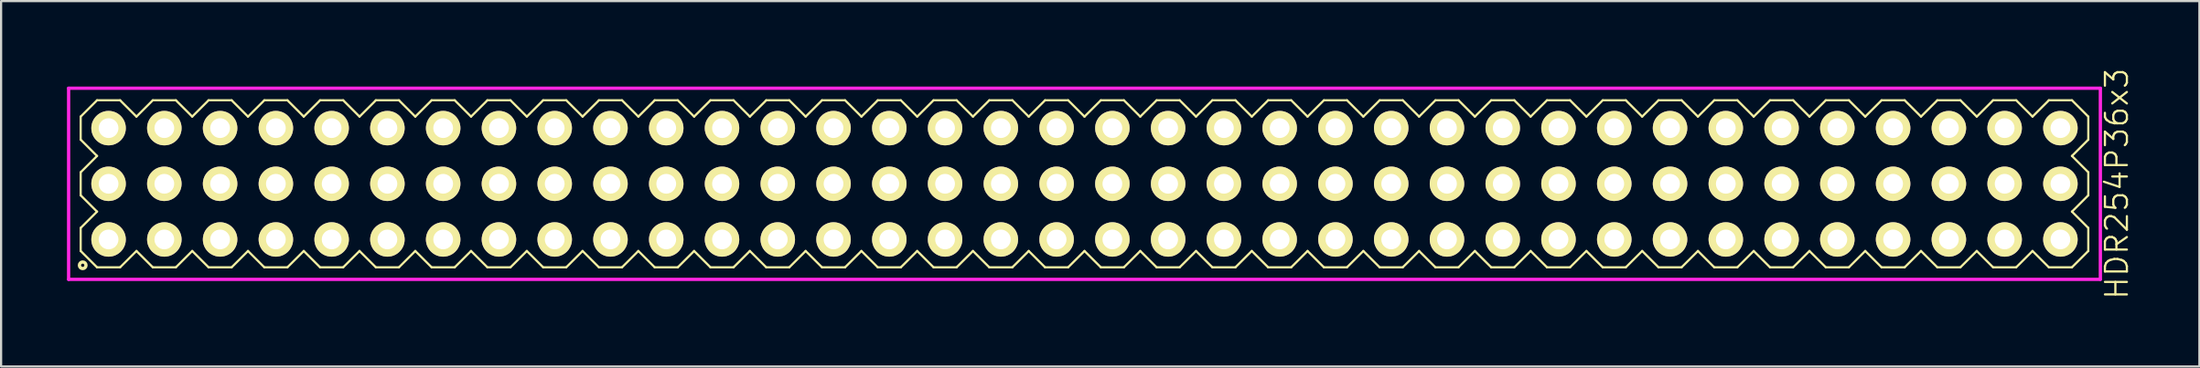
<source format=kicad_pcb>
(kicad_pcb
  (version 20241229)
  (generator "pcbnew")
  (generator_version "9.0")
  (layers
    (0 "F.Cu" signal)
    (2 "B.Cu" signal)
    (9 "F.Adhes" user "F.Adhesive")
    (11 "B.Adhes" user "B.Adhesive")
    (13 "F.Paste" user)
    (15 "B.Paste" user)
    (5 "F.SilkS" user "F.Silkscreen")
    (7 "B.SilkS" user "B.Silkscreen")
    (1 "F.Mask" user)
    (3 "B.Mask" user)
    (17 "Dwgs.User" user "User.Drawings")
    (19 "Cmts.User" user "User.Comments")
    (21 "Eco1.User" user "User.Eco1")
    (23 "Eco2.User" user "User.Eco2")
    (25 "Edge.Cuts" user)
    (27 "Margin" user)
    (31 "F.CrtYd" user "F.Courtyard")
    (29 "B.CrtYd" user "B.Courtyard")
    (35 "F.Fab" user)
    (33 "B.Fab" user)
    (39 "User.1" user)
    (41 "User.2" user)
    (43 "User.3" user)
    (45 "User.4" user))
  (footprint "HDR254P36x3"
    (layer "F.Cu")
    (at 46.345 5.336)
    (property "Reference" "HDR254P36x3" (at 47.02 0 90) (layer "F.SilkS") (effects (font (size 1 1) (thickness 0.1))))
    (attr through_hole)
    (fp_line (start -45.72 -3.066) (end -44.976 -3.81) (stroke (width 0.1) (type solid)) (layer "F.SilkS"))
    (fp_line (start -45.72 -2.014) (end -45.72 -3.066) (stroke (width 0.1) (type solid)) (layer "F.SilkS"))
    (fp_line (start -45.72 -0.526) (end -44.976 -1.27) (stroke (width 0.1) (type solid)) (layer "F.SilkS"))
    (fp_line (start -45.72 0.526) (end -45.72 -0.526) (stroke (width 0.1) (type solid)) (layer "F.SilkS"))
    (fp_line (start -45.72 2.014) (end -44.976 1.27) (stroke (width 0.1) (type solid)) (layer "F.SilkS"))
    (fp_line (start -45.72 3.066) (end -45.72 2.014) (stroke (width 0.1) (type solid)) (layer "F.SilkS"))
    (fp_line (start -44.976 -3.81) (end -43.924 -3.81) (stroke (width 0.1) (type solid)) (layer "F.SilkS"))
    (fp_line (start -44.976 -1.27) (end -45.72 -2.014) (stroke (width 0.1) (type solid)) (layer "F.SilkS"))
    (fp_line (start -44.976 1.27) (end -45.72 0.526) (stroke (width 0.1) (type solid)) (layer "F.SilkS"))
    (fp_line (start -44.976 3.81) (end -45.72 3.066) (stroke (width 0.1) (type solid)) (layer "F.SilkS"))
    (fp_line (start -43.924 -3.81) (end -43.18 -3.066) (stroke (width 0.1) (type solid)) (layer "F.SilkS"))
    (fp_line (start -43.924 3.81) (end -44.976 3.81) (stroke (width 0.1) (type solid)) (layer "F.SilkS"))
    (fp_line (start -43.18 -3.066) (end -42.436 -3.81) (stroke (width 0.1) (type solid)) (layer "F.SilkS"))
    (fp_line (start -43.18 3.066) (end -43.924 3.81) (stroke (width 0.1) (type solid)) (layer "F.SilkS"))
    (fp_line (start -42.436 -3.81) (end -41.384 -3.81) (stroke (width 0.1) (type solid)) (layer "F.SilkS"))
    (fp_line (start -42.436 3.81) (end -43.18 3.066) (stroke (width 0.1) (type solid)) (layer "F.SilkS"))
    (fp_line (start -41.384 -3.81) (end -40.64 -3.066) (stroke (width 0.1) (type solid)) (layer "F.SilkS"))
    (fp_line (start -41.384 3.81) (end -42.436 3.81) (stroke (width 0.1) (type solid)) (layer "F.SilkS"))
    (fp_line (start -40.64 -3.066) (end -39.896 -3.81) (stroke (width 0.1) (type solid)) (layer "F.SilkS"))
    (fp_line (start -40.64 3.066) (end -41.384 3.81) (stroke (width 0.1) (type solid)) (layer "F.SilkS"))
    (fp_line (start -39.896 -3.81) (end -38.844 -3.81) (stroke (width 0.1) (type solid)) (layer "F.SilkS"))
    (fp_line (start -39.896 3.81) (end -40.64 3.066) (stroke (width 0.1) (type solid)) (layer "F.SilkS"))
    (fp_line (start -38.844 -3.81) (end -38.1 -3.066) (stroke (width 0.1) (type solid)) (layer "F.SilkS"))
    (fp_line (start -38.844 3.81) (end -39.896 3.81) (stroke (width 0.1) (type solid)) (layer "F.SilkS"))
    (fp_line (start -38.1 -3.066) (end -37.356 -3.81) (stroke (width 0.1) (type solid)) (layer "F.SilkS"))
    (fp_line (start -38.1 3.066) (end -38.844 3.81) (stroke (width 0.1) (type solid)) (layer "F.SilkS"))
    (fp_line (start -37.356 -3.81) (end -36.304 -3.81) (stroke (width 0.1) (type solid)) (layer "F.SilkS"))
    (fp_line (start -37.356 3.81) (end -38.1 3.066) (stroke (width 0.1) (type solid)) (layer "F.SilkS"))
    (fp_line (start -36.304 -3.81) (end -35.56 -3.066) (stroke (width 0.1) (type solid)) (layer "F.SilkS"))
    (fp_line (start -36.304 3.81) (end -37.356 3.81) (stroke (width 0.1) (type solid)) (layer "F.SilkS"))
    (fp_line (start -35.56 -3.066) (end -34.816 -3.81) (stroke (width 0.1) (type solid)) (layer "F.SilkS"))
    (fp_line (start -35.56 3.066) (end -36.304 3.81) (stroke (width 0.1) (type solid)) (layer "F.SilkS"))
    (fp_line (start -34.816 -3.81) (end -33.764 -3.81) (stroke (width 0.1) (type solid)) (layer "F.SilkS"))
    (fp_line (start -34.816 3.81) (end -35.56 3.066) (stroke (width 0.1) (type solid)) (layer "F.SilkS"))
    (fp_line (start -33.764 -3.81) (end -33.02 -3.066) (stroke (width 0.1) (type solid)) (layer "F.SilkS"))
    (fp_line (start -33.764 3.81) (end -34.816 3.81) (stroke (width 0.1) (type solid)) (layer "F.SilkS"))
    (fp_line (start -33.02 -3.066) (end -32.276 -3.81) (stroke (width 0.1) (type solid)) (layer "F.SilkS"))
    (fp_line (start -33.02 3.066) (end -33.764 3.81) (stroke (width 0.1) (type solid)) (layer "F.SilkS"))
    (fp_line (start -32.276 -3.81) (end -31.224 -3.81) (stroke (width 0.1) (type solid)) (layer "F.SilkS"))
    (fp_line (start -32.276 3.81) (end -33.02 3.066) (stroke (width 0.1) (type solid)) (layer "F.SilkS"))
    (fp_line (start -31.224 -3.81) (end -30.48 -3.066) (stroke (width 0.1) (type solid)) (layer "F.SilkS"))
    (fp_line (start -31.224 3.81) (end -32.276 3.81) (stroke (width 0.1) (type solid)) (layer "F.SilkS"))
    (fp_line (start -30.48 -3.066) (end -29.736 -3.81) (stroke (width 0.1) (type solid)) (layer "F.SilkS"))
    (fp_line (start -30.48 3.066) (end -31.224 3.81) (stroke (width 0.1) (type solid)) (layer "F.SilkS"))
    (fp_line (start -29.736 -3.81) (end -28.684 -3.81) (stroke (width 0.1) (type solid)) (layer "F.SilkS"))
    (fp_line (start -29.736 3.81) (end -30.48 3.066) (stroke (width 0.1) (type solid)) (layer "F.SilkS"))
    (fp_line (start -28.684 -3.81) (end -27.94 -3.066) (stroke (width 0.1) (type solid)) (layer "F.SilkS"))
    (fp_line (start -28.684 3.81) (end -29.736 3.81) (stroke (width 0.1) (type solid)) (layer "F.SilkS"))
    (fp_line (start -27.94 -3.066) (end -27.196 -3.81) (stroke (width 0.1) (type solid)) (layer "F.SilkS"))
    (fp_line (start -27.94 3.066) (end -28.684 3.81) (stroke (width 0.1) (type solid)) (layer "F.SilkS"))
    (fp_line (start -27.196 -3.81) (end -26.144 -3.81) (stroke (width 0.1) (type solid)) (layer "F.SilkS"))
    (fp_line (start -27.196 3.81) (end -27.94 3.066) (stroke (width 0.1) (type solid)) (layer "F.SilkS"))
    (fp_line (start -26.144 -3.81) (end -25.4 -3.066) (stroke (width 0.1) (type solid)) (layer "F.SilkS"))
    (fp_line (start -26.144 3.81) (end -27.196 3.81) (stroke (width 0.1) (type solid)) (layer "F.SilkS"))
    (fp_line (start -25.4 -3.066) (end -24.656 -3.81) (stroke (width 0.1) (type solid)) (layer "F.SilkS"))
    (fp_line (start -25.4 3.066) (end -26.144 3.81) (stroke (width 0.1) (type solid)) (layer "F.SilkS"))
    (fp_line (start -24.656 -3.81) (end -23.604 -3.81) (stroke (width 0.1) (type solid)) (layer "F.SilkS"))
    (fp_line (start -24.656 3.81) (end -25.4 3.066) (stroke (width 0.1) (type solid)) (layer "F.SilkS"))
    (fp_line (start -23.604 -3.81) (end -22.86 -3.066) (stroke (width 0.1) (type solid)) (layer "F.SilkS"))
    (fp_line (start -23.604 3.81) (end -24.656 3.81) (stroke (width 0.1) (type solid)) (layer "F.SilkS"))
    (fp_line (start -22.86 -3.066) (end -22.116 -3.81) (stroke (width 0.1) (type solid)) (layer "F.SilkS"))
    (fp_line (start -22.86 3.066) (end -23.604 3.81) (stroke (width 0.1) (type solid)) (layer "F.SilkS"))
    (fp_line (start -22.116 -3.81) (end -21.064 -3.81) (stroke (width 0.1) (type solid)) (layer "F.SilkS"))
    (fp_line (start -22.116 3.81) (end -22.86 3.066) (stroke (width 0.1) (type solid)) (layer "F.SilkS"))
    (fp_line (start -21.064 -3.81) (end -20.32 -3.066) (stroke (width 0.1) (type solid)) (layer "F.SilkS"))
    (fp_line (start -21.064 3.81) (end -22.116 3.81) (stroke (width 0.1) (type solid)) (layer "F.SilkS"))
    (fp_line (start -20.32 -3.066) (end -19.576 -3.81) (stroke (width 0.1) (type solid)) (layer "F.SilkS"))
    (fp_line (start -20.32 3.066) (end -21.064 3.81) (stroke (width 0.1) (type solid)) (layer "F.SilkS"))
    (fp_line (start -19.576 -3.81) (end -18.524 -3.81) (stroke (width 0.1) (type solid)) (layer "F.SilkS"))
    (fp_line (start -19.576 3.81) (end -20.32 3.066) (stroke (width 0.1) (type solid)) (layer "F.SilkS"))
    (fp_line (start -18.524 -3.81) (end -17.78 -3.066) (stroke (width 0.1) (type solid)) (layer "F.SilkS"))
    (fp_line (start -18.524 3.81) (end -19.576 3.81) (stroke (width 0.1) (type solid)) (layer "F.SilkS"))
    (fp_line (start -17.78 -3.066) (end -17.036 -3.81) (stroke (width 0.1) (type solid)) (layer "F.SilkS"))
    (fp_line (start -17.78 3.066) (end -18.524 3.81) (stroke (width 0.1) (type solid)) (layer "F.SilkS"))
    (fp_line (start -17.036 -3.81) (end -15.984 -3.81) (stroke (width 0.1) (type solid)) (layer "F.SilkS"))
    (fp_line (start -17.036 3.81) (end -17.78 3.066) (stroke (width 0.1) (type solid)) (layer "F.SilkS"))
    (fp_line (start -15.984 -3.81) (end -15.24 -3.066) (stroke (width 0.1) (type solid)) (layer "F.SilkS"))
    (fp_line (start -15.984 3.81) (end -17.036 3.81) (stroke (width 0.1) (type solid)) (layer "F.SilkS"))
    (fp_line (start -15.24 -3.066) (end -14.496 -3.81) (stroke (width 0.1) (type solid)) (layer "F.SilkS"))
    (fp_line (start -15.24 3.066) (end -15.984 3.81) (stroke (width 0.1) (type solid)) (layer "F.SilkS"))
    (fp_line (start -14.496 -3.81) (end -13.444 -3.81) (stroke (width 0.1) (type solid)) (layer "F.SilkS"))
    (fp_line (start -14.496 3.81) (end -15.24 3.066) (stroke (width 0.1) (type solid)) (layer "F.SilkS"))
    (fp_line (start -13.444 -3.81) (end -12.7 -3.066) (stroke (width 0.1) (type solid)) (layer "F.SilkS"))
    (fp_line (start -13.444 3.81) (end -14.496 3.81) (stroke (width 0.1) (type solid)) (layer "F.SilkS"))
    (fp_line (start -12.7 -3.066) (end -11.956 -3.81) (stroke (width 0.1) (type solid)) (layer "F.SilkS"))
    (fp_line (start -12.7 3.066) (end -13.444 3.81) (stroke (width 0.1) (type solid)) (layer "F.SilkS"))
    (fp_line (start -11.956 -3.81) (end -10.904 -3.81) (stroke (width 0.1) (type solid)) (layer "F.SilkS"))
    (fp_line (start -11.956 3.81) (end -12.7 3.066) (stroke (width 0.1) (type solid)) (layer "F.SilkS"))
    (fp_line (start -10.904 -3.81) (end -10.16 -3.066) (stroke (width 0.1) (type solid)) (layer "F.SilkS"))
    (fp_line (start -10.904 3.81) (end -11.956 3.81) (stroke (width 0.1) (type solid)) (layer "F.SilkS"))
    (fp_line (start -10.16 -3.066) (end -9.416 -3.81) (stroke (width 0.1) (type solid)) (layer "F.SilkS"))
    (fp_line (start -10.16 3.066) (end -10.904 3.81) (stroke (width 0.1) (type solid)) (layer "F.SilkS"))
    (fp_line (start -9.416 -3.81) (end -8.364 -3.81) (stroke (width 0.1) (type solid)) (layer "F.SilkS"))
    (fp_line (start -9.416 3.81) (end -10.16 3.066) (stroke (width 0.1) (type solid)) (layer "F.SilkS"))
    (fp_line (start -8.364 -3.81) (end -7.62 -3.066) (stroke (width 0.1) (type solid)) (layer "F.SilkS"))
    (fp_line (start -8.364 3.81) (end -9.416 3.81) (stroke (width 0.1) (type solid)) (layer "F.SilkS"))
    (fp_line (start -7.62 -3.066) (end -6.876 -3.81) (stroke (width 0.1) (type solid)) (layer "F.SilkS"))
    (fp_line (start -7.62 3.066) (end -8.364 3.81) (stroke (width 0.1) (type solid)) (layer "F.SilkS"))
    (fp_line (start -6.876 -3.81) (end -5.824 -3.81) (stroke (width 0.1) (type solid)) (layer "F.SilkS"))
    (fp_line (start -6.876 3.81) (end -7.62 3.066) (stroke (width 0.1) (type solid)) (layer "F.SilkS"))
    (fp_line (start -5.824 -3.81) (end -5.08 -3.066) (stroke (width 0.1) (type solid)) (layer "F.SilkS"))
    (fp_line (start -5.824 3.81) (end -6.876 3.81) (stroke (width 0.1) (type solid)) (layer "F.SilkS"))
    (fp_line (start -5.08 -3.066) (end -4.336 -3.81) (stroke (width 0.1) (type solid)) (layer "F.SilkS"))
    (fp_line (start -5.08 3.066) (end -5.824 3.81) (stroke (width 0.1) (type solid)) (layer "F.SilkS"))
    (fp_line (start -4.336 -3.81) (end -3.284 -3.81) (stroke (width 0.1) (type solid)) (layer "F.SilkS"))
    (fp_line (start -4.336 3.81) (end -5.08 3.066) (stroke (width 0.1) (type solid)) (layer "F.SilkS"))
    (fp_line (start -3.284 -3.81) (end -2.54 -3.066) (stroke (width 0.1) (type solid)) (layer "F.SilkS"))
    (fp_line (start -3.284 3.81) (end -4.336 3.81) (stroke (width 0.1) (type solid)) (layer "F.SilkS"))
    (fp_line (start -2.54 -3.066) (end -1.796 -3.81) (stroke (width 0.1) (type solid)) (layer "F.SilkS"))
    (fp_line (start -2.54 3.066) (end -3.284 3.81) (stroke (width 0.1) (type solid)) (layer "F.SilkS"))
    (fp_line (start -1.796 -3.81) (end -0.744 -3.81) (stroke (width 0.1) (type solid)) (layer "F.SilkS"))
    (fp_line (start -1.796 3.81) (end -2.54 3.066) (stroke (width 0.1) (type solid)) (layer "F.SilkS"))
    (fp_line (start -0.744 -3.81) (end 0 -3.066) (stroke (width 0.1) (type solid)) (layer "F.SilkS"))
    (fp_line (start -0.744 3.81) (end -1.796 3.81) (stroke (width 0.1) (type solid)) (layer "F.SilkS"))
    (fp_line (start 0 -3.066) (end 0.744 -3.81) (stroke (width 0.1) (type solid)) (layer "F.SilkS"))
    (fp_line (start 0 3.066) (end -0.744 3.81) (stroke (width 0.1) (type solid)) (layer "F.SilkS"))
    (fp_line (start 0.744 -3.81) (end 1.796 -3.81) (stroke (width 0.1) (type solid)) (layer "F.SilkS"))
    (fp_line (start 0.744 3.81) (end 0 3.066) (stroke (width 0.1) (type solid)) (layer "F.SilkS"))
    (fp_line (start 1.796 -3.81) (end 2.54 -3.066) (stroke (width 0.1) (type solid)) (layer "F.SilkS"))
    (fp_line (start 1.796 3.81) (end 0.744 3.81) (stroke (width 0.1) (type solid)) (layer "F.SilkS"))
    (fp_line (start 2.54 -3.066) (end 3.284 -3.81) (stroke (width 0.1) (type solid)) (layer "F.SilkS"))
    (fp_line (start 2.54 3.066) (end 1.796 3.81) (stroke (width 0.1) (type solid)) (layer "F.SilkS"))
    (fp_line (start 3.284 -3.81) (end 4.336 -3.81) (stroke (width 0.1) (type solid)) (layer "F.SilkS"))
    (fp_line (start 3.284 3.81) (end 2.54 3.066) (stroke (width 0.1) (type solid)) (layer "F.SilkS"))
    (fp_line (start 4.336 -3.81) (end 5.08 -3.066) (stroke (width 0.1) (type solid)) (layer "F.SilkS"))
    (fp_line (start 4.336 3.81) (end 3.284 3.81) (stroke (width 0.1) (type solid)) (layer "F.SilkS"))
    (fp_line (start 5.08 -3.066) (end 5.824 -3.81) (stroke (width 0.1) (type solid)) (layer "F.SilkS"))
    (fp_line (start 5.08 3.066) (end 4.336 3.81) (stroke (width 0.1) (type solid)) (layer "F.SilkS"))
    (fp_line (start 5.824 -3.81) (end 6.876 -3.81) (stroke (width 0.1) (type solid)) (layer "F.SilkS"))
    (fp_line (start 5.824 3.81) (end 5.08 3.066) (stroke (width 0.1) (type solid)) (layer "F.SilkS"))
    (fp_line (start 6.876 -3.81) (end 7.62 -3.066) (stroke (width 0.1) (type solid)) (layer "F.SilkS"))
    (fp_line (start 6.876 3.81) (end 5.824 3.81) (stroke (width 0.1) (type solid)) (layer "F.SilkS"))
    (fp_line (start 7.62 -3.066) (end 8.364 -3.81) (stroke (width 0.1) (type solid)) (layer "F.SilkS"))
    (fp_line (start 7.62 3.066) (end 6.876 3.81) (stroke (width 0.1) (type solid)) (layer "F.SilkS"))
    (fp_line (start 8.364 -3.81) (end 9.416 -3.81) (stroke (width 0.1) (type solid)) (layer "F.SilkS"))
    (fp_line (start 8.364 3.81) (end 7.62 3.066) (stroke (width 0.1) (type solid)) (layer "F.SilkS"))
    (fp_line (start 9.416 -3.81) (end 10.16 -3.066) (stroke (width 0.1) (type solid)) (layer "F.SilkS"))
    (fp_line (start 9.416 3.81) (end 8.364 3.81) (stroke (width 0.1) (type solid)) (layer "F.SilkS"))
    (fp_line (start 10.16 -3.066) (end 10.904 -3.81) (stroke (width 0.1) (type solid)) (layer "F.SilkS"))
    (fp_line (start 10.16 3.066) (end 9.416 3.81) (stroke (width 0.1) (type solid)) (layer "F.SilkS"))
    (fp_line (start 10.904 -3.81) (end 11.956 -3.81) (stroke (width 0.1) (type solid)) (layer "F.SilkS"))
    (fp_line (start 10.904 3.81) (end 10.16 3.066) (stroke (width 0.1) (type solid)) (layer "F.SilkS"))
    (fp_line (start 11.956 -3.81) (end 12.7 -3.066) (stroke (width 0.1) (type solid)) (layer "F.SilkS"))
    (fp_line (start 11.956 3.81) (end 10.904 3.81) (stroke (width 0.1) (type solid)) (layer "F.SilkS"))
    (fp_line (start 12.7 -3.066) (end 13.444 -3.81) (stroke (width 0.1) (type solid)) (layer "F.SilkS"))
    (fp_line (start 12.7 3.066) (end 11.956 3.81) (stroke (width 0.1) (type solid)) (layer "F.SilkS"))
    (fp_line (start 13.444 -3.81) (end 14.496 -3.81) (stroke (width 0.1) (type solid)) (layer "F.SilkS"))
    (fp_line (start 13.444 3.81) (end 12.7 3.066) (stroke (width 0.1) (type solid)) (layer "F.SilkS"))
    (fp_line (start 14.496 -3.81) (end 15.24 -3.066) (stroke (width 0.1) (type solid)) (layer "F.SilkS"))
    (fp_line (start 14.496 3.81) (end 13.444 3.81) (stroke (width 0.1) (type solid)) (layer "F.SilkS"))
    (fp_line (start 15.24 -3.066) (end 15.984 -3.81) (stroke (width 0.1) (type solid)) (layer "F.SilkS"))
    (fp_line (start 15.24 3.066) (end 14.496 3.81) (stroke (width 0.1) (type solid)) (layer "F.SilkS"))
    (fp_line (start 15.984 -3.81) (end 17.036 -3.81) (stroke (width 0.1) (type solid)) (layer "F.SilkS"))
    (fp_line (start 15.984 3.81) (end 15.24 3.066) (stroke (width 0.1) (type solid)) (layer "F.SilkS"))
    (fp_line (start 17.036 -3.81) (end 17.78 -3.066) (stroke (width 0.1) (type solid)) (layer "F.SilkS"))
    (fp_line (start 17.036 3.81) (end 15.984 3.81) (stroke (width 0.1) (type solid)) (layer "F.SilkS"))
    (fp_line (start 17.78 -3.066) (end 18.524 -3.81) (stroke (width 0.1) (type solid)) (layer "F.SilkS"))
    (fp_line (start 17.78 3.066) (end 17.036 3.81) (stroke (width 0.1) (type solid)) (layer "F.SilkS"))
    (fp_line (start 18.524 -3.81) (end 19.576 -3.81) (stroke (width 0.1) (type solid)) (layer "F.SilkS"))
    (fp_line (start 18.524 3.81) (end 17.78 3.066) (stroke (width 0.1) (type solid)) (layer "F.SilkS"))
    (fp_line (start 19.576 -3.81) (end 20.32 -3.066) (stroke (width 0.1) (type solid)) (layer "F.SilkS"))
    (fp_line (start 19.576 3.81) (end 18.524 3.81) (stroke (width 0.1) (type solid)) (layer "F.SilkS"))
    (fp_line (start 20.32 -3.066) (end 21.064 -3.81) (stroke (width 0.1) (type solid)) (layer "F.SilkS"))
    (fp_line (start 20.32 3.066) (end 19.576 3.81) (stroke (width 0.1) (type solid)) (layer "F.SilkS"))
    (fp_line (start 21.064 -3.81) (end 22.116 -3.81) (stroke (width 0.1) (type solid)) (layer "F.SilkS"))
    (fp_line (start 21.064 3.81) (end 20.32 3.066) (stroke (width 0.1) (type solid)) (layer "F.SilkS"))
    (fp_line (start 22.116 -3.81) (end 22.86 -3.066) (stroke (width 0.1) (type solid)) (layer "F.SilkS"))
    (fp_line (start 22.116 3.81) (end 21.064 3.81) (stroke (width 0.1) (type solid)) (layer "F.SilkS"))
    (fp_line (start 22.86 -3.066) (end 23.604 -3.81) (stroke (width 0.1) (type solid)) (layer "F.SilkS"))
    (fp_line (start 22.86 3.066) (end 22.116 3.81) (stroke (width 0.1) (type solid)) (layer "F.SilkS"))
    (fp_line (start 23.604 -3.81) (end 24.656 -3.81) (stroke (width 0.1) (type solid)) (layer "F.SilkS"))
    (fp_line (start 23.604 3.81) (end 22.86 3.066) (stroke (width 0.1) (type solid)) (layer "F.SilkS"))
    (fp_line (start 24.656 -3.81) (end 25.4 -3.066) (stroke (width 0.1) (type solid)) (layer "F.SilkS"))
    (fp_line (start 24.656 3.81) (end 23.604 3.81) (stroke (width 0.1) (type solid)) (layer "F.SilkS"))
    (fp_line (start 25.4 -3.066) (end 26.144 -3.81) (stroke (width 0.1) (type solid)) (layer "F.SilkS"))
    (fp_line (start 25.4 3.066) (end 24.656 3.81) (stroke (width 0.1) (type solid)) (layer "F.SilkS"))
    (fp_line (start 26.144 -3.81) (end 27.196 -3.81) (stroke (width 0.1) (type solid)) (layer "F.SilkS"))
    (fp_line (start 26.144 3.81) (end 25.4 3.066) (stroke (width 0.1) (type solid)) (layer "F.SilkS"))
    (fp_line (start 27.196 -3.81) (end 27.94 -3.066) (stroke (width 0.1) (type solid)) (layer "F.SilkS"))
    (fp_line (start 27.196 3.81) (end 26.144 3.81) (stroke (width 0.1) (type solid)) (layer "F.SilkS"))
    (fp_line (start 27.94 -3.066) (end 28.684 -3.81) (stroke (width 0.1) (type solid)) (layer "F.SilkS"))
    (fp_line (start 27.94 3.066) (end 27.196 3.81) (stroke (width 0.1) (type solid)) (layer "F.SilkS"))
    (fp_line (start 28.684 -3.81) (end 29.736 -3.81) (stroke (width 0.1) (type solid)) (layer "F.SilkS"))
    (fp_line (start 28.684 3.81) (end 27.94 3.066) (stroke (width 0.1) (type solid)) (layer "F.SilkS"))
    (fp_line (start 29.736 -3.81) (end 30.48 -3.066) (stroke (width 0.1) (type solid)) (layer "F.SilkS"))
    (fp_line (start 29.736 3.81) (end 28.684 3.81) (stroke (width 0.1) (type solid)) (layer "F.SilkS"))
    (fp_line (start 30.48 -3.066) (end 31.224 -3.81) (stroke (width 0.1) (type solid)) (layer "F.SilkS"))
    (fp_line (start 30.48 3.066) (end 29.736 3.81) (stroke (width 0.1) (type solid)) (layer "F.SilkS"))
    (fp_line (start 31.224 -3.81) (end 32.276 -3.81) (stroke (width 0.1) (type solid)) (layer "F.SilkS"))
    (fp_line (start 31.224 3.81) (end 30.48 3.066) (stroke (width 0.1) (type solid)) (layer "F.SilkS"))
    (fp_line (start 32.276 -3.81) (end 33.02 -3.066) (stroke (width 0.1) (type solid)) (layer "F.SilkS"))
    (fp_line (start 32.276 3.81) (end 31.224 3.81) (stroke (width 0.1) (type solid)) (layer "F.SilkS"))
    (fp_line (start 33.02 -3.066) (end 33.764 -3.81) (stroke (width 0.1) (type solid)) (layer "F.SilkS"))
    (fp_line (start 33.02 3.066) (end 32.276 3.81) (stroke (width 0.1) (type solid)) (layer "F.SilkS"))
    (fp_line (start 33.764 -3.81) (end 34.816 -3.81) (stroke (width 0.1) (type solid)) (layer "F.SilkS"))
    (fp_line (start 33.764 3.81) (end 33.02 3.066) (stroke (width 0.1) (type solid)) (layer "F.SilkS"))
    (fp_line (start 34.816 -3.81) (end 35.56 -3.066) (stroke (width 0.1) (type solid)) (layer "F.SilkS"))
    (fp_line (start 34.816 3.81) (end 33.764 3.81) (stroke (width 0.1) (type solid)) (layer "F.SilkS"))
    (fp_line (start 35.56 -3.066) (end 36.304 -3.81) (stroke (width 0.1) (type solid)) (layer "F.SilkS"))
    (fp_line (start 35.56 3.066) (end 34.816 3.81) (stroke (width 0.1) (type solid)) (layer "F.SilkS"))
    (fp_line (start 36.304 -3.81) (end 37.356 -3.81) (stroke (width 0.1) (type solid)) (layer "F.SilkS"))
    (fp_line (start 36.304 3.81) (end 35.56 3.066) (stroke (width 0.1) (type solid)) (layer "F.SilkS"))
    (fp_line (start 37.356 -3.81) (end 38.1 -3.066) (stroke (width 0.1) (type solid)) (layer "F.SilkS"))
    (fp_line (start 37.356 3.81) (end 36.304 3.81) (stroke (width 0.1) (type solid)) (layer "F.SilkS"))
    (fp_line (start 38.1 -3.066) (end 38.844 -3.81) (stroke (width 0.1) (type solid)) (layer "F.SilkS"))
    (fp_line (start 38.1 3.066) (end 37.356 3.81) (stroke (width 0.1) (type solid)) (layer "F.SilkS"))
    (fp_line (start 38.844 -3.81) (end 39.896 -3.81) (stroke (width 0.1) (type solid)) (layer "F.SilkS"))
    (fp_line (start 38.844 3.81) (end 38.1 3.066) (stroke (width 0.1) (type solid)) (layer "F.SilkS"))
    (fp_line (start 39.896 -3.81) (end 40.64 -3.066) (stroke (width 0.1) (type solid)) (layer "F.SilkS"))
    (fp_line (start 39.896 3.81) (end 38.844 3.81) (stroke (width 0.1) (type solid)) (layer "F.SilkS"))
    (fp_line (start 40.64 -3.066) (end 41.384 -3.81) (stroke (width 0.1) (type solid)) (layer "F.SilkS"))
    (fp_line (start 40.64 3.066) (end 39.896 3.81) (stroke (width 0.1) (type solid)) (layer "F.SilkS"))
    (fp_line (start 41.384 -3.81) (end 42.436 -3.81) (stroke (width 0.1) (type solid)) (layer "F.SilkS"))
    (fp_line (start 41.384 3.81) (end 40.64 3.066) (stroke (width 0.1) (type solid)) (layer "F.SilkS"))
    (fp_line (start 42.436 -3.81) (end 43.18 -3.066) (stroke (width 0.1) (type solid)) (layer "F.SilkS"))
    (fp_line (start 42.436 3.81) (end 41.384 3.81) (stroke (width 0.1) (type solid)) (layer "F.SilkS"))
    (fp_line (start 43.18 -3.066) (end 43.924 -3.81) (stroke (width 0.1) (type solid)) (layer "F.SilkS"))
    (fp_line (start 43.18 3.066) (end 42.436 3.81) (stroke (width 0.1) (type solid)) (layer "F.SilkS"))
    (fp_line (start 43.924 -3.81) (end 44.976 -3.81) (stroke (width 0.1) (type solid)) (layer "F.SilkS"))
    (fp_line (start 43.924 3.81) (end 43.18 3.066) (stroke (width 0.1) (type solid)) (layer "F.SilkS"))
    (fp_line (start 44.976 -3.81) (end 45.72 -3.066) (stroke (width 0.1) (type solid)) (layer "F.SilkS"))
    (fp_line (start 44.976 -1.27) (end 45.72 -0.526) (stroke (width 0.1) (type solid)) (layer "F.SilkS"))
    (fp_line (start 44.976 1.27) (end 45.72 2.014) (stroke (width 0.1) (type solid)) (layer "F.SilkS"))
    (fp_line (start 44.976 3.81) (end 43.924 3.81) (stroke (width 0.1) (type solid)) (layer "F.SilkS"))
    (fp_line (start 45.72 -3.066) (end 45.72 -2.014) (stroke (width 0.1) (type solid)) (layer "F.SilkS"))
    (fp_line (start 45.72 -2.014) (end 44.976 -1.27) (stroke (width 0.1) (type solid)) (layer "F.SilkS"))
    (fp_line (start 45.72 -0.526) (end 45.72 0.526) (stroke (width 0.1) (type solid)) (layer "F.SilkS"))
    (fp_line (start 45.72 0.526) (end 44.976 1.27) (stroke (width 0.1) (type solid)) (layer "F.SilkS"))
    (fp_line (start 45.72 2.014) (end 45.72 3.066) (stroke (width 0.1) (type solid)) (layer "F.SilkS"))
    (fp_line (start 45.72 3.066) (end 44.976 3.81) (stroke (width 0.1) (type solid)) (layer "F.SilkS"))
    (fp_circle (center -45.628 3.718) (end -45.478 3.718) (stroke (width 0.15) (type solid)) (fill no) (layer "F.SilkS"))
    (fp_line (start -46.27 -4.36) (end -46.27 4.36) (stroke (width 0.15) (type solid)) (layer "F.CrtYd"))
    (fp_line (start -46.27 4.36) (end 46.27 4.36) (stroke (width 0.15) (type solid)) (layer "F.CrtYd"))
    (fp_line (start 46.27 -4.36) (end -46.27 -4.36) (stroke (width 0.15) (type solid)) (layer "F.CrtYd"))
    (fp_line (start 46.27 4.36) (end 46.27 -4.36) (stroke (width 0.15) (type solid)) (layer "F.CrtYd"))
    (pad "1" thru_hole oval (at -44.45 2.54) (size 1.57 1.57) (drill 0.9) (layers "*.Cu" "*.Mask" "F.SilkS"))
    (pad "2" thru_hole oval (at -44.45 0) (size 1.57 1.57) (drill 0.9) (layers "*.Cu" "*.Mask" "F.SilkS"))
    (pad "3" thru_hole oval (at -44.45 -2.54) (size 1.57 1.57) (drill 0.9) (layers "*.Cu" "*.Mask" "F.SilkS"))
    (pad "4" thru_hole oval (at -41.91 2.54) (size 1.57 1.57) (drill 0.9) (layers "*.Cu" "*.Mask" "F.SilkS"))
    (pad "5" thru_hole oval (at -41.91 0) (size 1.57 1.57) (drill 0.9) (layers "*.Cu" "*.Mask" "F.SilkS"))
    (pad "6" thru_hole oval (at -41.91 -2.54) (size 1.57 1.57) (drill 0.9) (layers "*.Cu" "*.Mask" "F.SilkS"))
    (pad "7" thru_hole oval (at -39.37 2.54) (size 1.57 1.57) (drill 0.9) (layers "*.Cu" "*.Mask" "F.SilkS"))
    (pad "8" thru_hole oval (at -39.37 0) (size 1.57 1.57) (drill 0.9) (layers "*.Cu" "*.Mask" "F.SilkS"))
    (pad "9" thru_hole oval (at -39.37 -2.54) (size 1.57 1.57) (drill 0.9) (layers "*.Cu" "*.Mask" "F.SilkS"))
    (pad "10" thru_hole oval (at -36.83 2.54) (size 1.57 1.57) (drill 0.9) (layers "*.Cu" "*.Mask" "F.SilkS"))
    (pad "11" thru_hole oval (at -36.83 0) (size 1.57 1.57) (drill 0.9) (layers "*.Cu" "*.Mask" "F.SilkS"))
    (pad "12" thru_hole oval (at -36.83 -2.54) (size 1.57 1.57) (drill 0.9) (layers "*.Cu" "*.Mask" "F.SilkS"))
    (pad "13" thru_hole oval (at -34.29 2.54) (size 1.57 1.57) (drill 0.9) (layers "*.Cu" "*.Mask" "F.SilkS"))
    (pad "14" thru_hole oval (at -34.29 0) (size 1.57 1.57) (drill 0.9) (layers "*.Cu" "*.Mask" "F.SilkS"))
    (pad "15" thru_hole oval (at -34.29 -2.54) (size 1.57 1.57) (drill 0.9) (layers "*.Cu" "*.Mask" "F.SilkS"))
    (pad "16" thru_hole oval (at -31.75 2.54) (size 1.57 1.57) (drill 0.9) (layers "*.Cu" "*.Mask" "F.SilkS"))
    (pad "17" thru_hole oval (at -31.75 0) (size 1.57 1.57) (drill 0.9) (layers "*.Cu" "*.Mask" "F.SilkS"))
    (pad "18" thru_hole oval (at -31.75 -2.54) (size 1.57 1.57) (drill 0.9) (layers "*.Cu" "*.Mask" "F.SilkS"))
    (pad "19" thru_hole oval (at -29.21 2.54) (size 1.57 1.57) (drill 0.9) (layers "*.Cu" "*.Mask" "F.SilkS"))
    (pad "20" thru_hole oval (at -29.21 0) (size 1.57 1.57) (drill 0.9) (layers "*.Cu" "*.Mask" "F.SilkS"))
    (pad "21" thru_hole oval (at -29.21 -2.54) (size 1.57 1.57) (drill 0.9) (layers "*.Cu" "*.Mask" "F.SilkS"))
    (pad "22" thru_hole oval (at -26.67 2.54) (size 1.57 1.57) (drill 0.9) (layers "*.Cu" "*.Mask" "F.SilkS"))
    (pad "23" thru_hole oval (at -26.67 0) (size 1.57 1.57) (drill 0.9) (layers "*.Cu" "*.Mask" "F.SilkS"))
    (pad "24" thru_hole oval (at -26.67 -2.54) (size 1.57 1.57) (drill 0.9) (layers "*.Cu" "*.Mask" "F.SilkS"))
    (pad "25" thru_hole oval (at -24.13 2.54) (size 1.57 1.57) (drill 0.9) (layers "*.Cu" "*.Mask" "F.SilkS"))
    (pad "26" thru_hole oval (at -24.13 0) (size 1.57 1.57) (drill 0.9) (layers "*.Cu" "*.Mask" "F.SilkS"))
    (pad "27" thru_hole oval (at -24.13 -2.54) (size 1.57 1.57) (drill 0.9) (layers "*.Cu" "*.Mask" "F.SilkS"))
    (pad "28" thru_hole oval (at -21.59 2.54) (size 1.57 1.57) (drill 0.9) (layers "*.Cu" "*.Mask" "F.SilkS"))
    (pad "29" thru_hole oval (at -21.59 0) (size 1.57 1.57) (drill 0.9) (layers "*.Cu" "*.Mask" "F.SilkS"))
    (pad "30" thru_hole oval (at -21.59 -2.54) (size 1.57 1.57) (drill 0.9) (layers "*.Cu" "*.Mask" "F.SilkS"))
    (pad "31" thru_hole oval (at -19.05 2.54) (size 1.57 1.57) (drill 0.9) (layers "*.Cu" "*.Mask" "F.SilkS"))
    (pad "32" thru_hole oval (at -19.05 0) (size 1.57 1.57) (drill 0.9) (layers "*.Cu" "*.Mask" "F.SilkS"))
    (pad "33" thru_hole oval (at -19.05 -2.54) (size 1.57 1.57) (drill 0.9) (layers "*.Cu" "*.Mask" "F.SilkS"))
    (pad "34" thru_hole oval (at -16.51 2.54) (size 1.57 1.57) (drill 0.9) (layers "*.Cu" "*.Mask" "F.SilkS"))
    (pad "35" thru_hole oval (at -16.51 0) (size 1.57 1.57) (drill 0.9) (layers "*.Cu" "*.Mask" "F.SilkS"))
    (pad "36" thru_hole oval (at -16.51 -2.54) (size 1.57 1.57) (drill 0.9) (layers "*.Cu" "*.Mask" "F.SilkS"))
    (pad "37" thru_hole oval (at -13.97 2.54) (size 1.57 1.57) (drill 0.9) (layers "*.Cu" "*.Mask" "F.SilkS"))
    (pad "38" thru_hole oval (at -13.97 0) (size 1.57 1.57) (drill 0.9) (layers "*.Cu" "*.Mask" "F.SilkS"))
    (pad "39" thru_hole oval (at -13.97 -2.54) (size 1.57 1.57) (drill 0.9) (layers "*.Cu" "*.Mask" "F.SilkS"))
    (pad "40" thru_hole oval (at -11.43 2.54) (size 1.57 1.57) (drill 0.9) (layers "*.Cu" "*.Mask" "F.SilkS"))
    (pad "41" thru_hole oval (at -11.43 0) (size 1.57 1.57) (drill 0.9) (layers "*.Cu" "*.Mask" "F.SilkS"))
    (pad "42" thru_hole oval (at -11.43 -2.54) (size 1.57 1.57) (drill 0.9) (layers "*.Cu" "*.Mask" "F.SilkS"))
    (pad "43" thru_hole oval (at -8.89 2.54) (size 1.57 1.57) (drill 0.9) (layers "*.Cu" "*.Mask" "F.SilkS"))
    (pad "44" thru_hole oval (at -8.89 0) (size 1.57 1.57) (drill 0.9) (layers "*.Cu" "*.Mask" "F.SilkS"))
    (pad "45" thru_hole oval (at -8.89 -2.54) (size 1.57 1.57) (drill 0.9) (layers "*.Cu" "*.Mask" "F.SilkS"))
    (pad "46" thru_hole oval (at -6.35 2.54) (size 1.57 1.57) (drill 0.9) (layers "*.Cu" "*.Mask" "F.SilkS"))
    (pad "47" thru_hole oval (at -6.35 0) (size 1.57 1.57) (drill 0.9) (layers "*.Cu" "*.Mask" "F.SilkS"))
    (pad "48" thru_hole oval (at -6.35 -2.54) (size 1.57 1.57) (drill 0.9) (layers "*.Cu" "*.Mask" "F.SilkS"))
    (pad "49" thru_hole oval (at -3.81 2.54) (size 1.57 1.57) (drill 0.9) (layers "*.Cu" "*.Mask" "F.SilkS"))
    (pad "50" thru_hole oval (at -3.81 0) (size 1.57 1.57) (drill 0.9) (layers "*.Cu" "*.Mask" "F.SilkS"))
    (pad "51" thru_hole oval (at -3.81 -2.54) (size 1.57 1.57) (drill 0.9) (layers "*.Cu" "*.Mask" "F.SilkS"))
    (pad "52" thru_hole oval (at -1.27 2.54) (size 1.57 1.57) (drill 0.9) (layers "*.Cu" "*.Mask" "F.SilkS"))
    (pad "53" thru_hole oval (at -1.27 0) (size 1.57 1.57) (drill 0.9) (layers "*.Cu" "*.Mask" "F.SilkS"))
    (pad "54" thru_hole oval (at -1.27 -2.54) (size 1.57 1.57) (drill 0.9) (layers "*.Cu" "*.Mask" "F.SilkS"))
    (pad "55" thru_hole oval (at 1.27 2.54) (size 1.57 1.57) (drill 0.9) (layers "*.Cu" "*.Mask" "F.SilkS"))
    (pad "56" thru_hole oval (at 1.27 0) (size 1.57 1.57) (drill 0.9) (layers "*.Cu" "*.Mask" "F.SilkS"))
    (pad "57" thru_hole oval (at 1.27 -2.54) (size 1.57 1.57) (drill 0.9) (layers "*.Cu" "*.Mask" "F.SilkS"))
    (pad "58" thru_hole oval (at 3.81 2.54) (size 1.57 1.57) (drill 0.9) (layers "*.Cu" "*.Mask" "F.SilkS"))
    (pad "59" thru_hole oval (at 3.81 0) (size 1.57 1.57) (drill 0.9) (layers "*.Cu" "*.Mask" "F.SilkS"))
    (pad "60" thru_hole oval (at 3.81 -2.54) (size 1.57 1.57) (drill 0.9) (layers "*.Cu" "*.Mask" "F.SilkS"))
    (pad "61" thru_hole oval (at 6.35 2.54) (size 1.57 1.57) (drill 0.9) (layers "*.Cu" "*.Mask" "F.SilkS"))
    (pad "62" thru_hole oval (at 6.35 0) (size 1.57 1.57) (drill 0.9) (layers "*.Cu" "*.Mask" "F.SilkS"))
    (pad "63" thru_hole oval (at 6.35 -2.54) (size 1.57 1.57) (drill 0.9) (layers "*.Cu" "*.Mask" "F.SilkS"))
    (pad "64" thru_hole oval (at 8.89 2.54) (size 1.57 1.57) (drill 0.9) (layers "*.Cu" "*.Mask" "F.SilkS"))
    (pad "65" thru_hole oval (at 8.89 0) (size 1.57 1.57) (drill 0.9) (layers "*.Cu" "*.Mask" "F.SilkS"))
    (pad "66" thru_hole oval (at 8.89 -2.54) (size 1.57 1.57) (drill 0.9) (layers "*.Cu" "*.Mask" "F.SilkS"))
    (pad "67" thru_hole oval (at 11.43 2.54) (size 1.57 1.57) (drill 0.9) (layers "*.Cu" "*.Mask" "F.SilkS"))
    (pad "68" thru_hole oval (at 11.43 0) (size 1.57 1.57) (drill 0.9) (layers "*.Cu" "*.Mask" "F.SilkS"))
    (pad "69" thru_hole oval (at 11.43 -2.54) (size 1.57 1.57) (drill 0.9) (layers "*.Cu" "*.Mask" "F.SilkS"))
    (pad "70" thru_hole oval (at 13.97 2.54) (size 1.57 1.57) (drill 0.9) (layers "*.Cu" "*.Mask" "F.SilkS"))
    (pad "71" thru_hole oval (at 13.97 0) (size 1.57 1.57) (drill 0.9) (layers "*.Cu" "*.Mask" "F.SilkS"))
    (pad "72" thru_hole oval (at 13.97 -2.54) (size 1.57 1.57) (drill 0.9) (layers "*.Cu" "*.Mask" "F.SilkS"))
    (pad "73" thru_hole oval (at 16.51 2.54) (size 1.57 1.57) (drill 0.9) (layers "*.Cu" "*.Mask" "F.SilkS"))
    (pad "74" thru_hole oval (at 16.51 0) (size 1.57 1.57) (drill 0.9) (layers "*.Cu" "*.Mask" "F.SilkS"))
    (pad "75" thru_hole oval (at 16.51 -2.54) (size 1.57 1.57) (drill 0.9) (layers "*.Cu" "*.Mask" "F.SilkS"))
    (pad "76" thru_hole oval (at 19.05 2.54) (size 1.57 1.57) (drill 0.9) (layers "*.Cu" "*.Mask" "F.SilkS"))
    (pad "77" thru_hole oval (at 19.05 0) (size 1.57 1.57) (drill 0.9) (layers "*.Cu" "*.Mask" "F.SilkS"))
    (pad "78" thru_hole oval (at 19.05 -2.54) (size 1.57 1.57) (drill 0.9) (layers "*.Cu" "*.Mask" "F.SilkS"))
    (pad "79" thru_hole oval (at 21.59 2.54) (size 1.57 1.57) (drill 0.9) (layers "*.Cu" "*.Mask" "F.SilkS"))
    (pad "80" thru_hole oval (at 21.59 0) (size 1.57 1.57) (drill 0.9) (layers "*.Cu" "*.Mask" "F.SilkS"))
    (pad "81" thru_hole oval (at 21.59 -2.54) (size 1.57 1.57) (drill 0.9) (layers "*.Cu" "*.Mask" "F.SilkS"))
    (pad "82" thru_hole oval (at 24.13 2.54) (size 1.57 1.57) (drill 0.9) (layers "*.Cu" "*.Mask" "F.SilkS"))
    (pad "83" thru_hole oval (at 24.13 0) (size 1.57 1.57) (drill 0.9) (layers "*.Cu" "*.Mask" "F.SilkS"))
    (pad "84" thru_hole oval (at 24.13 -2.54) (size 1.57 1.57) (drill 0.9) (layers "*.Cu" "*.Mask" "F.SilkS"))
    (pad "85" thru_hole oval (at 26.67 2.54) (size 1.57 1.57) (drill 0.9) (layers "*.Cu" "*.Mask" "F.SilkS"))
    (pad "86" thru_hole oval (at 26.67 0) (size 1.57 1.57) (drill 0.9) (layers "*.Cu" "*.Mask" "F.SilkS"))
    (pad "87" thru_hole oval (at 26.67 -2.54) (size 1.57 1.57) (drill 0.9) (layers "*.Cu" "*.Mask" "F.SilkS"))
    (pad "88" thru_hole oval (at 29.21 2.54) (size 1.57 1.57) (drill 0.9) (layers "*.Cu" "*.Mask" "F.SilkS"))
    (pad "89" thru_hole oval (at 29.21 0) (size 1.57 1.57) (drill 0.9) (layers "*.Cu" "*.Mask" "F.SilkS"))
    (pad "90" thru_hole oval (at 29.21 -2.54) (size 1.57 1.57) (drill 0.9) (layers "*.Cu" "*.Mask" "F.SilkS"))
    (pad "91" thru_hole oval (at 31.75 2.54) (size 1.57 1.57) (drill 0.9) (layers "*.Cu" "*.Mask" "F.SilkS"))
    (pad "92" thru_hole oval (at 31.75 0) (size 1.57 1.57) (drill 0.9) (layers "*.Cu" "*.Mask" "F.SilkS"))
    (pad "93" thru_hole oval (at 31.75 -2.54) (size 1.57 1.57) (drill 0.9) (layers "*.Cu" "*.Mask" "F.SilkS"))
    (pad "94" thru_hole oval (at 34.29 2.54) (size 1.57 1.57) (drill 0.9) (layers "*.Cu" "*.Mask" "F.SilkS"))
    (pad "95" thru_hole oval (at 34.29 0) (size 1.57 1.57) (drill 0.9) (layers "*.Cu" "*.Mask" "F.SilkS"))
    (pad "96" thru_hole oval (at 34.29 -2.54) (size 1.57 1.57) (drill 0.9) (layers "*.Cu" "*.Mask" "F.SilkS"))
    (pad "97" thru_hole oval (at 36.83 2.54) (size 1.57 1.57) (drill 0.9) (layers "*.Cu" "*.Mask" "F.SilkS"))
    (pad "98" thru_hole oval (at 36.83 0) (size 1.57 1.57) (drill 0.9) (layers "*.Cu" "*.Mask" "F.SilkS"))
    (pad "99" thru_hole oval (at 36.83 -2.54) (size 1.57 1.57) (drill 0.9) (layers "*.Cu" "*.Mask" "F.SilkS"))
    (pad "100" thru_hole oval (at 39.37 2.54) (size 1.57 1.57) (drill 0.9) (layers "*.Cu" "*.Mask" "F.SilkS"))
    (pad "101" thru_hole oval (at 39.37 0) (size 1.57 1.57) (drill 0.9) (layers "*.Cu" "*.Mask" "F.SilkS"))
    (pad "102" thru_hole oval (at 39.37 -2.54) (size 1.57 1.57) (drill 0.9) (layers "*.Cu" "*.Mask" "F.SilkS"))
    (pad "103" thru_hole oval (at 41.91 2.54) (size 1.57 1.57) (drill 0.9) (layers "*.Cu" "*.Mask" "F.SilkS"))
    (pad "104" thru_hole oval (at 41.91 0) (size 1.57 1.57) (drill 0.9) (layers "*.Cu" "*.Mask" "F.SilkS"))
    (pad "105" thru_hole oval (at 41.91 -2.54) (size 1.57 1.57) (drill 0.9) (layers "*.Cu" "*.Mask" "F.SilkS"))
    (pad "106" thru_hole oval (at 44.45 2.54) (size 1.57 1.57) (drill 0.9) (layers "*.Cu" "*.Mask" "F.SilkS"))
    (pad "107" thru_hole oval (at 44.45 0) (size 1.57 1.57) (drill 0.9) (layers "*.Cu" "*.Mask" "F.SilkS"))
    (pad "108" thru_hole oval (at 44.45 -2.54) (size 1.57 1.57) (drill 0.9) (layers "*.Cu" "*.Mask" "F.SilkS")))
  (gr_rect
    (start -3 -3)
    (end 97.126 13.671)
    (stroke (width 0.1) (type default))
    (fill no)
    (layer "Edge.Cuts")))
</source>
